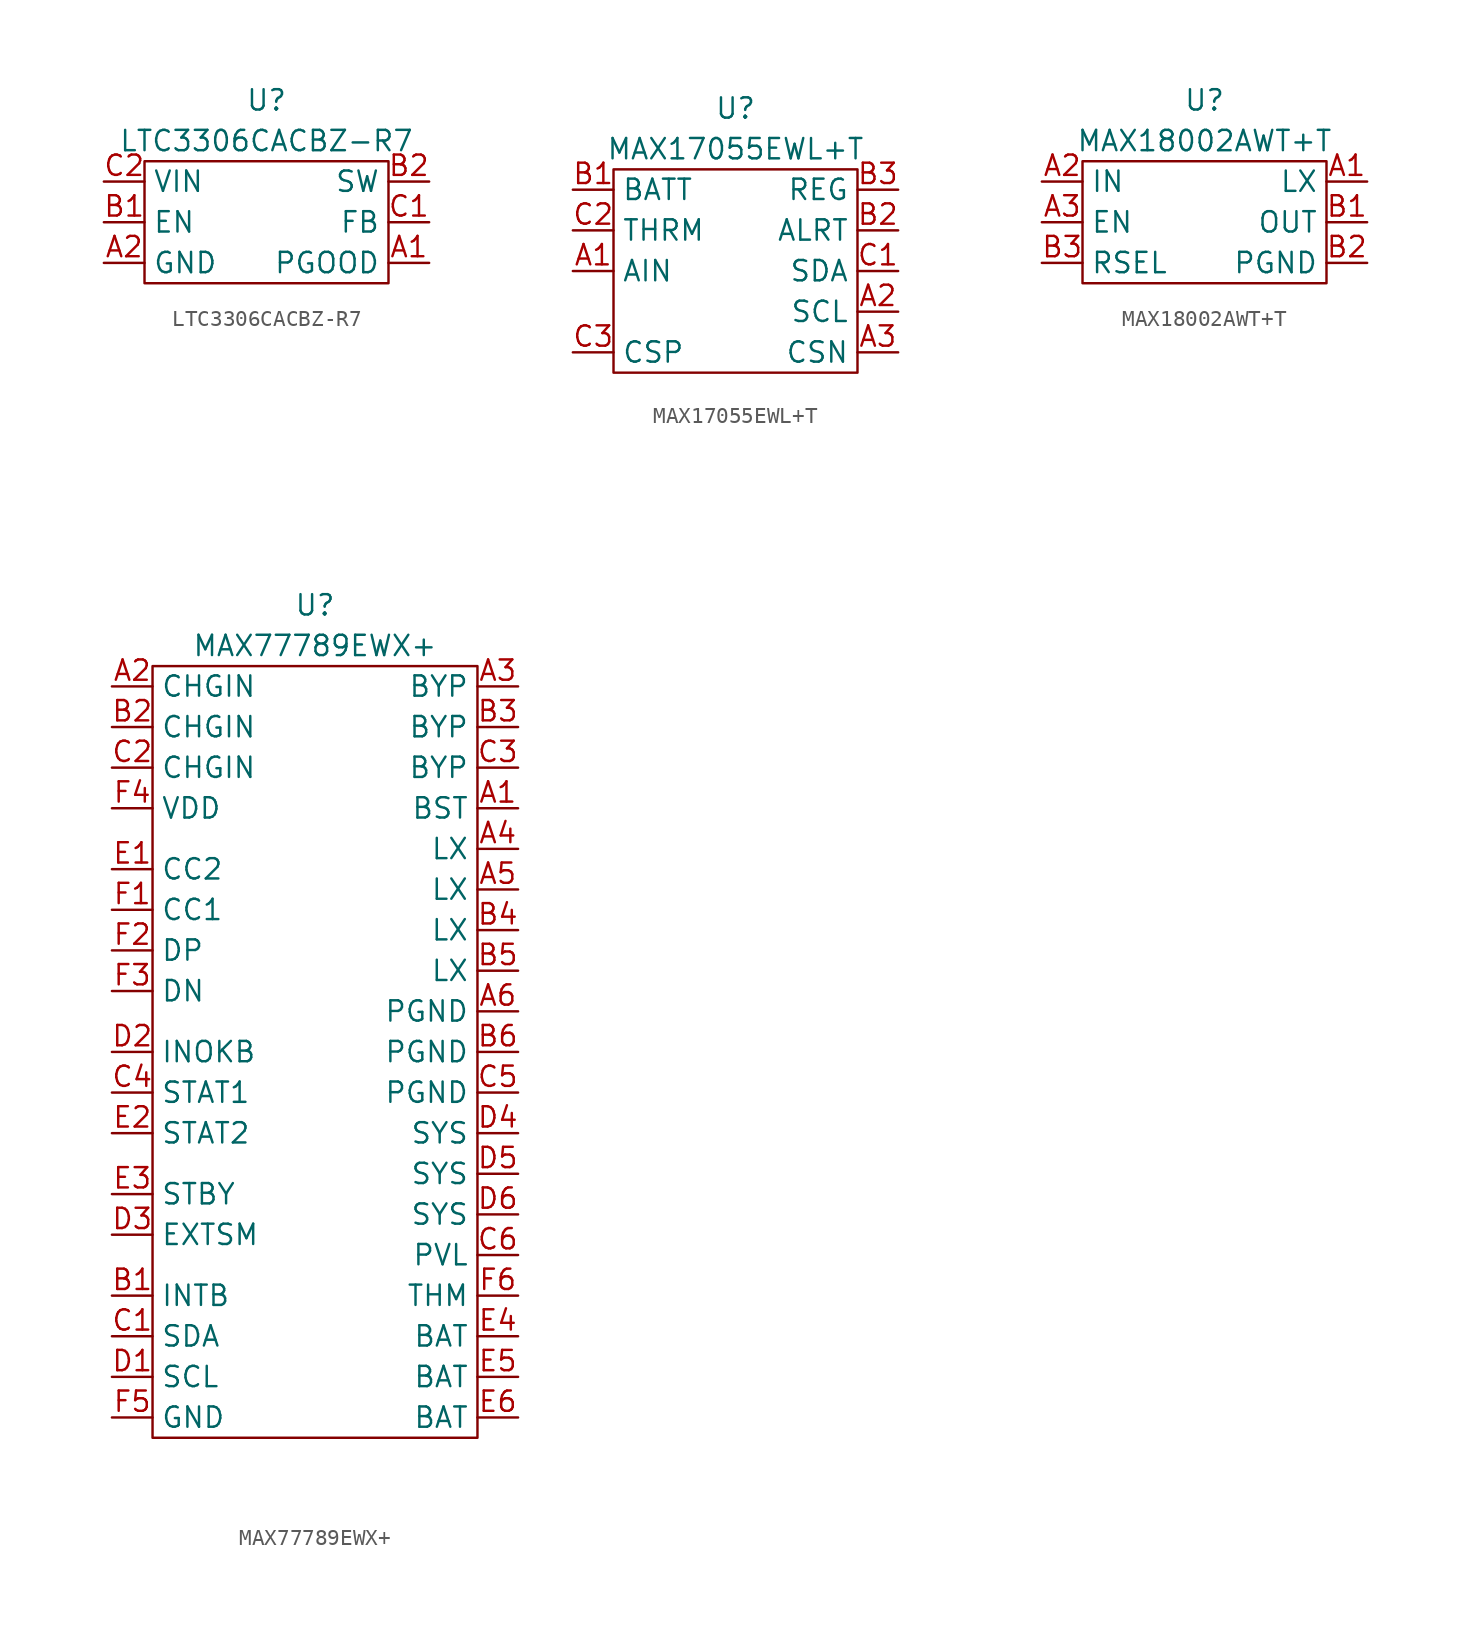
<source format=kicad_sym>
(kicad_symbol_lib
  (version 20220914)
  (generator kicad_symbol_editor)
  (symbol "LTC3306CACBZ-R7"
    (property "Reference" "U"
      (at 0 7.62 0)
      (effects (font (size 1.27 1.27))))
    (property "Value" "LTC3306CACBZ-R7"
      (at 0 5.08 0)
      (effects (font (size 1.27 1.27))))
    (symbol "LTC3306CACBZ-R7_0_0"
      (pin passive line (at 10.16 -2.54 180) (length 2.54) (name "PGOOD" (effects (font (size 1.27 1.27)))) (number "A1" (effects (font (size 1.27 1.27)))))
      (pin passive line (at -10.16 -2.54 0) (length 2.54) (name "GND" (effects (font (size 1.27 1.27)))) (number "A2" (effects (font (size 1.27 1.27)))))
      (pin passive line (at -10.16 0 0) (length 2.54) (name "EN" (effects (font (size 1.27 1.27)))) (number "B1" (effects (font (size 1.27 1.27)))))
      (pin passive line (at 10.16 2.54 180) (length 2.54) (name "SW" (effects (font (size 1.27 1.27)))) (number "B2" (effects (font (size 1.27 1.27)))))
      (pin passive line (at 10.16 0 180) (length 2.54) (name "FB" (effects (font (size 1.27 1.27)))) (number "C1" (effects (font (size 1.27 1.27)))))
      (pin passive line (at -10.16 2.54 0) (length 2.54) (name "VIN" (effects (font (size 1.27 1.27)))) (number "C2" (effects (font (size 1.27 1.27))))))
    (symbol "LTC3306CACBZ-R7_0_1"
      (rectangle (start -7.62 3.81) (end 7.62 -3.81) (stroke (width 0) (type default)) (fill (type none)))))
  (symbol "MAX17055EWL+T"
    (property "Reference" "U"
      (at 0 10.16 0)
      (effects (font (size 1.27 1.27))))
    (property "Value" "MAX17055EWL+T"
      (at 0 7.62 0)
      (effects (font (size 1.27 1.27))))
    (symbol "MAX17055EWL+T_0_0"
      (pin passive line (at -10.16 0 0) (length 2.54) (name "AIN" (effects (font (size 1.27 1.27)))) (number "A1" (effects (font (size 1.27 1.27)))))
      (pin passive line (at 10.16 -2.54 180) (length 2.54) (name "SCL" (effects (font (size 1.27 1.27)))) (number "A2" (effects (font (size 1.27 1.27)))))
      (pin passive line (at 10.16 -5.08 180) (length 2.54) (name "CSN" (effects (font (size 1.27 1.27)))) (number "A3" (effects (font (size 1.27 1.27)))))
      (pin passive line (at -10.16 5.08 0) (length 2.54) (name "BATT" (effects (font (size 1.27 1.27)))) (number "B1" (effects (font (size 1.27 1.27)))))
      (pin passive line (at 10.16 2.54 180) (length 2.54) (name "ALRT" (effects (font (size 1.27 1.27)))) (number "B2" (effects (font (size 1.27 1.27)))))
      (pin passive line (at 10.16 5.08 180) (length 2.54) (name "REG" (effects (font (size 1.27 1.27)))) (number "B3" (effects (font (size 1.27 1.27)))))
      (pin passive line (at 10.16 0 180) (length 2.54) (name "SDA" (effects (font (size 1.27 1.27)))) (number "C1" (effects (font (size 1.27 1.27)))))
      (pin passive line (at -10.16 2.54 0) (length 2.54) (name "THRM" (effects (font (size 1.27 1.27)))) (number "C2" (effects (font (size 1.27 1.27)))))
      (pin passive line (at -10.16 -5.08 0) (length 2.54) (name "CSP" (effects (font (size 1.27 1.27)))) (number "C3" (effects (font (size 1.27 1.27))))))
    (symbol "MAX17055EWL+T_0_1"
      (rectangle (start -7.62 6.35) (end 7.62 -6.35) (stroke (width 0) (type default)) (fill (type none)))))
  (symbol "MAX18002AWT+T"
    (property "Reference" "U"
      (at 0 7.62 0)
      (effects (font (size 1.27 1.27))))
    (property "Value" "MAX18002AWT+T"
      (at 0 5.08 0)
      (effects (font (size 1.27 1.27))))
    (symbol "MAX18002AWT+T_0_0"
      (pin passive line (at 10.16 2.54 180) (length 2.54) (name "LX" (effects (font (size 1.27 1.27)))) (number "A1" (effects (font (size 1.27 1.27)))))
      (pin passive line (at -10.16 2.54 0) (length 2.54) (name "IN" (effects (font (size 1.27 1.27)))) (number "A2" (effects (font (size 1.27 1.27)))))
      (pin passive line (at -10.16 0 0) (length 2.54) (name "EN" (effects (font (size 1.27 1.27)))) (number "A3" (effects (font (size 1.27 1.27)))))
      (pin passive line (at 10.16 0 180) (length 2.54) (name "OUT" (effects (font (size 1.27 1.27)))) (number "B1" (effects (font (size 1.27 1.27)))))
      (pin passive line (at 10.16 -2.54 180) (length 2.54) (name "PGND" (effects (font (size 1.27 1.27)))) (number "B2" (effects (font (size 1.27 1.27)))))
      (pin passive line (at -10.16 -2.54 0) (length 2.54) (name "RSEL" (effects (font (size 1.27 1.27)))) (number "B3" (effects (font (size 1.27 1.27))))))
    (symbol "MAX18002AWT+T_0_1"
      (rectangle (start -7.62 3.81) (end 7.62 -3.81) (stroke (width 0) (type default)) (fill (type none)))))
  (symbol "MAX77789EWX+"
    (property "Reference" "U"
      (at 0 27.94 0)
      (effects (font (size 1.27 1.27))))
    (property "Value" "MAX77789EWX+"
      (at 0 25.4 0)
      (effects (font (size 1.27 1.27))))
    (symbol "MAX77789EWX+_0_0"
      (pin passive line (at 12.7 15.24 180) (length 2.54) (name "BST" (effects (font (size 1.27 1.27)))) (number "A1" (effects (font (size 1.27 1.27)))))
      (pin passive line (at -12.7 22.86 0) (length 2.54) (name "CHGIN" (effects (font (size 1.27 1.27)))) (number "A2" (effects (font (size 1.27 1.27)))))
      (pin passive line (at 12.7 22.86 180) (length 2.54) (name "BYP" (effects (font (size 1.27 1.27)))) (number "A3" (effects (font (size 1.27 1.27)))))
      (pin passive line (at 12.7 12.7 180) (length 2.54) (name "LX" (effects (font (size 1.27 1.27)))) (number "A4" (effects (font (size 1.27 1.27)))))
      (pin passive line (at 12.7 10.16 180) (length 2.54) (name "LX" (effects (font (size 1.27 1.27)))) (number "A5" (effects (font (size 1.27 1.27)))))
      (pin passive line (at 12.7 2.54 180) (length 2.54) (name "PGND" (effects (font (size 1.27 1.27)))) (number "A6" (effects (font (size 1.27 1.27)))))
      (pin passive line (at -12.7 -15.24 0) (length 2.54) (name "INTB" (effects (font (size 1.27 1.27)))) (number "B1" (effects (font (size 1.27 1.27)))))
      (pin passive line (at -12.7 20.32 0) (length 2.54) (name "CHGIN" (effects (font (size 1.27 1.27)))) (number "B2" (effects (font (size 1.27 1.27)))))
      (pin passive line (at 12.7 20.32 180) (length 2.54) (name "BYP" (effects (font (size 1.27 1.27)))) (number "B3" (effects (font (size 1.27 1.27)))))
      (pin passive line (at 12.7 7.62 180) (length 2.54) (name "LX" (effects (font (size 1.27 1.27)))) (number "B4" (effects (font (size 1.27 1.27)))))
      (pin passive line (at 12.7 5.08 180) (length 2.54) (name "LX" (effects (font (size 1.27 1.27)))) (number "B5" (effects (font (size 1.27 1.27)))))
      (pin passive line (at 12.7 0 180) (length 2.54) (name "PGND" (effects (font (size 1.27 1.27)))) (number "B6" (effects (font (size 1.27 1.27)))))
      (pin passive line (at -12.7 -17.78 0) (length 2.54) (name "SDA" (effects (font (size 1.27 1.27)))) (number "C1" (effects (font (size 1.27 1.27)))))
      (pin passive line (at -12.7 17.78 0) (length 2.54) (name "CHGIN" (effects (font (size 1.27 1.27)))) (number "C2" (effects (font (size 1.27 1.27)))))
      (pin passive line (at 12.7 17.78 180) (length 2.54) (name "BYP" (effects (font (size 1.27 1.27)))) (number "C3" (effects (font (size 1.27 1.27)))))
      (pin passive line (at -12.7 -2.54 0) (length 2.54) (name "STAT1" (effects (font (size 1.27 1.27)))) (number "C4" (effects (font (size 1.27 1.27)))))
      (pin passive line (at 12.7 -2.54 180) (length 2.54) (name "PGND" (effects (font (size 1.27 1.27)))) (number "C5" (effects (font (size 1.27 1.27)))))
      (pin passive line (at 12.7 -12.7 180) (length 2.54) (name "PVL" (effects (font (size 1.27 1.27)))) (number "C6" (effects (font (size 1.27 1.27)))))
      (pin passive line (at -12.7 -20.32 0) (length 2.54) (name "SCL" (effects (font (size 1.27 1.27)))) (number "D1" (effects (font (size 1.27 1.27)))))
      (pin passive line (at -12.7 0 0) (length 2.54) (name "INOKB" (effects (font (size 1.27 1.27)))) (number "D2" (effects (font (size 1.27 1.27)))))
      (pin passive line (at -12.7 -11.43 0) (length 2.54) (name "EXTSM" (effects (font (size 1.27 1.27)))) (number "D3" (effects (font (size 1.27 1.27)))))
      (pin passive line (at 12.7 -5.08 180) (length 2.54) (name "SYS" (effects (font (size 1.27 1.27)))) (number "D4" (effects (font (size 1.27 1.27)))))
      (pin passive line (at 12.7 -7.62 180) (length 2.54) (name "SYS" (effects (font (size 1.27 1.27)))) (number "D5" (effects (font (size 1.27 1.27)))))
      (pin passive line (at 12.7 -10.16 180) (length 2.54) (name "SYS" (effects (font (size 1.27 1.27)))) (number "D6" (effects (font (size 1.27 1.27)))))
      (pin passive line (at -12.7 11.43 0) (length 2.54) (name "CC2" (effects (font (size 1.27 1.27)))) (number "E1" (effects (font (size 1.27 1.27)))))
      (pin passive line (at -12.7 -5.08 0) (length 2.54) (name "STAT2" (effects (font (size 1.27 1.27)))) (number "E2" (effects (font (size 1.27 1.27)))))
      (pin passive line (at -12.7 -8.89 0) (length 2.54) (name "STBY" (effects (font (size 1.27 1.27)))) (number "E3" (effects (font (size 1.27 1.27)))))
      (pin passive line (at 12.7 -17.78 180) (length 2.54) (name "BAT" (effects (font (size 1.27 1.27)))) (number "E4" (effects (font (size 1.27 1.27)))))
      (pin passive line (at 12.7 -20.32 180) (length 2.54) (name "BAT" (effects (font (size 1.27 1.27)))) (number "E5" (effects (font (size 1.27 1.27)))))
      (pin passive line (at 12.7 -22.86 180) (length 2.54) (name "BAT" (effects (font (size 1.27 1.27)))) (number "E6" (effects (font (size 1.27 1.27)))))
      (pin passive line (at -12.7 8.89 0) (length 2.54) (name "CC1" (effects (font (size 1.27 1.27)))) (number "F1" (effects (font (size 1.27 1.27)))))
      (pin passive line (at -12.7 6.35 0) (length 2.54) (name "DP" (effects (font (size 1.27 1.27)))) (number "F2" (effects (font (size 1.27 1.27)))))
      (pin passive line (at -12.7 3.81 0) (length 2.54) (name "DN" (effects (font (size 1.27 1.27)))) (number "F3" (effects (font (size 1.27 1.27)))))
      (pin passive line (at -12.7 15.24 0) (length 2.54) (name "VDD" (effects (font (size 1.27 1.27)))) (number "F4" (effects (font (size 1.27 1.27)))))
      (pin passive line (at -12.7 -22.86 0) (length 2.54) (name "GND" (effects (font (size 1.27 1.27)))) (number "F5" (effects (font (size 1.27 1.27)))))
      (pin passive line (at 12.7 -15.24 180) (length 2.54) (name "THM" (effects (font (size 1.27 1.27)))) (number "F6" (effects (font (size 1.27 1.27))))))
    (symbol "MAX77789EWX+_0_1"
      (rectangle (start -10.16 24.13) (end 10.16 -24.13) (stroke (width 0) (type default)) (fill (type none))))))
</source>
